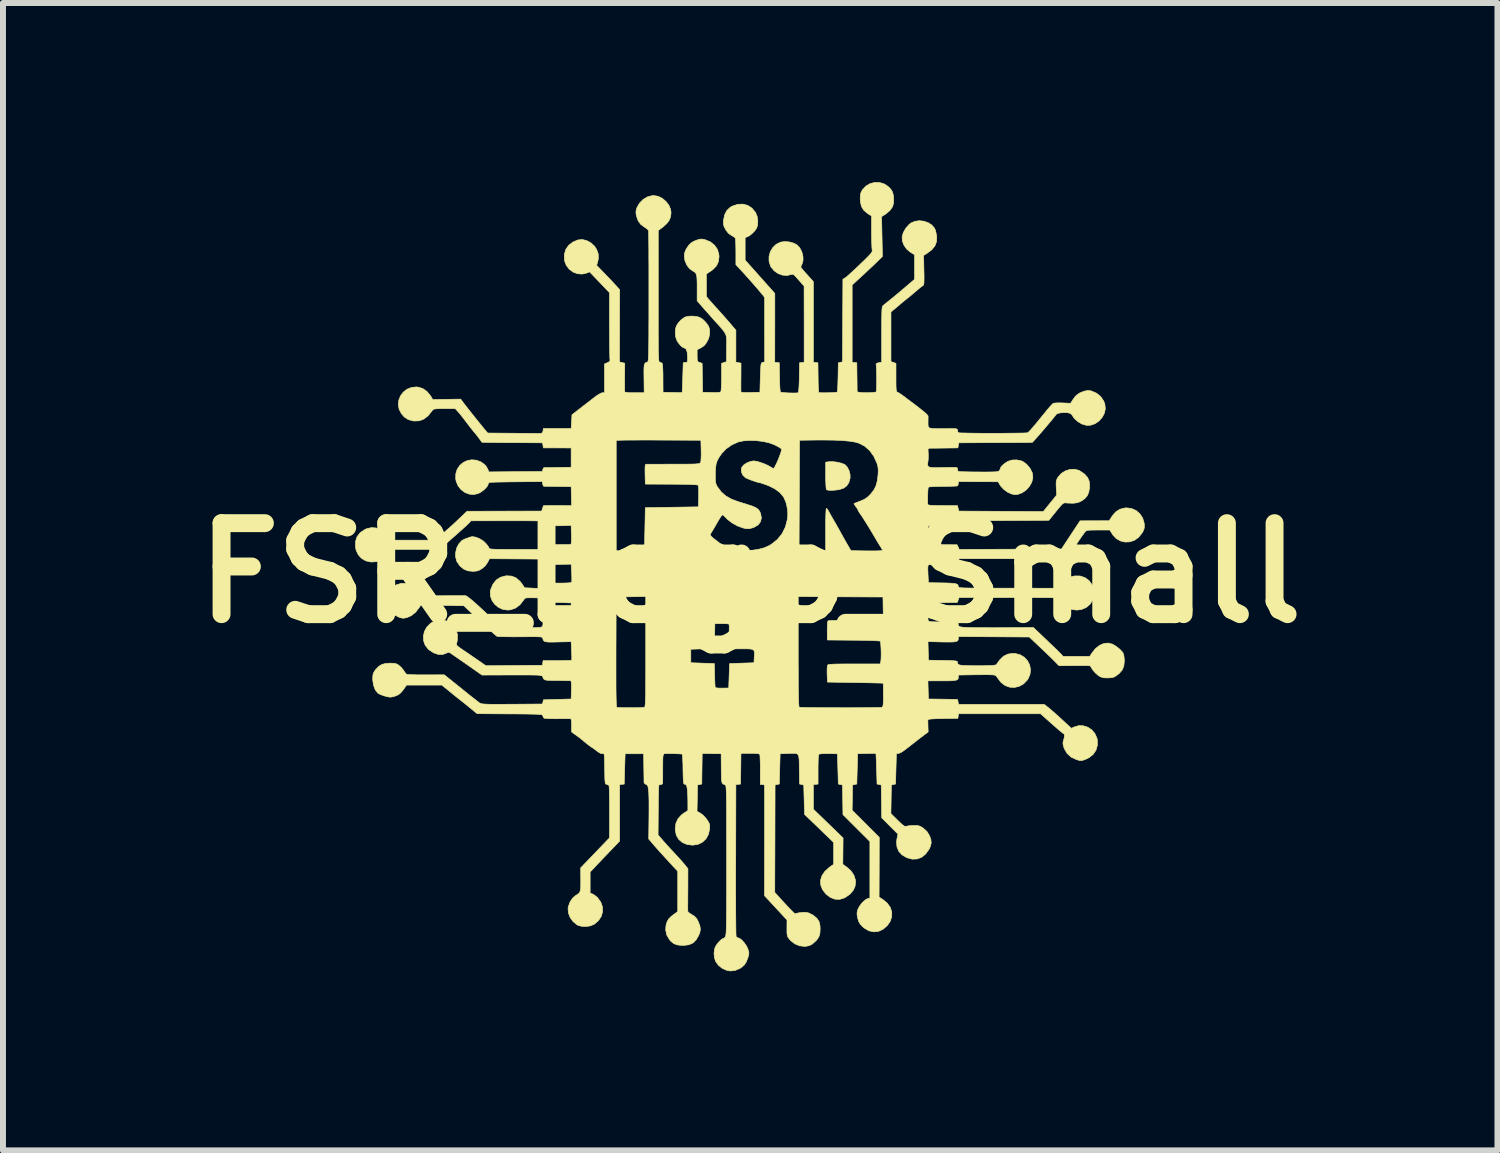
<source format=kicad_pcb>
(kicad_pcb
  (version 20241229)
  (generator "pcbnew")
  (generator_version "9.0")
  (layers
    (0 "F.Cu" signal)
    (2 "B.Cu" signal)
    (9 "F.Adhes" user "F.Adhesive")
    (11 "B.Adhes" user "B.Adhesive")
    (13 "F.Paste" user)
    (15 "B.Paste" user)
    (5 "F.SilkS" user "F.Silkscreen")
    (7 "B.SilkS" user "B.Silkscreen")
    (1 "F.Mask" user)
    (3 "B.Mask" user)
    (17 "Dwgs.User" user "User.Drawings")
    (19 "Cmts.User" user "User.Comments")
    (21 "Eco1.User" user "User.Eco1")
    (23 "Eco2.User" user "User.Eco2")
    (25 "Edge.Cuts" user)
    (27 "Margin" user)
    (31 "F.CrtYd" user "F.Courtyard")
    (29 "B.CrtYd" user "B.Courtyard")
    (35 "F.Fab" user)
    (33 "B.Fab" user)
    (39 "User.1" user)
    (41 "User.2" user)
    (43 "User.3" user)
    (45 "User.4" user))
  (footprint "FSR_Logo_Small"
    (layer "F.Cu")
    (at 9.514 6.546)
    (property "Reference" "FSR_Logo_Small" (at 0 0 0) (layer "F.SilkS") (effects (font (size 1.524 1.524) (thickness 0.3))))
    (attr through_hole)
    (fp_poly (pts (xy 1.449 -1.857) (xy 1.516 -1.842) (xy 1.571 -1.822) (xy 1.594 -1.809) (xy 1.628 -1.769) (xy 1.656 -1.713) (xy 1.672 -1.65) (xy 1.673 -1.591) (xy 1.673 -1.59) (xy 1.652 -1.514) (xy 1.615 -1.458) (xy 1.56 -1.419) (xy 1.484 -1.395) (xy 1.404 -1.386) (xy 1.342 -1.384) (xy 1.302 -1.387) (xy 1.281 -1.394) (xy 1.276 -1.399) (xy 1.272 -1.419) (xy 1.268 -1.462) (xy 1.265 -1.523) (xy 1.263 -1.597) (xy 1.263 -1.637) (xy 1.264 -1.856) (xy 1.324 -1.864) (xy 1.382 -1.865) (xy 1.449 -1.857)) (stroke (width 0.01) (type solid)) (fill yes) (layer "F.SilkS"))
    (fp_poly (pts (xy 2.169 -6.539) (xy 2.248 -6.514) (xy 2.308 -6.474) (xy 2.353 -6.429) (xy 2.382 -6.382) (xy 2.397 -6.326) (xy 2.403 -6.254) (xy 2.401 -6.199) (xy 2.385 -6.136) (xy 2.343 -6.075) (xy 2.277 -6.017) (xy 2.254 -6.002) (xy 2.2 -5.968) (xy 2.207 -5.634) (xy 2.214 -5.301) (xy 2.133 -5.222) (xy 2.095 -5.184) (xy 2.041 -5.133) (xy 1.978 -5.074) (xy 1.912 -5.012) (xy 1.88 -4.983) (xy 1.707 -4.823) (xy 1.707 -3.53) (xy 1.746 -3.525) (xy 1.785 -3.521) (xy 1.788 -3.288) (xy 1.789 -3.209) (xy 1.79 -3.139) (xy 1.79 -3.084) (xy 1.791 -3.048) (xy 1.791 -3.037) (xy 1.805 -3.03) (xy 1.839 -3.024) (xy 1.888 -3.02) (xy 1.945 -3.019) (xy 2.002 -3.02) (xy 2.054 -3.023) (xy 2.092 -3.028) (xy 2.111 -3.035) (xy 2.111 -3.036) (xy 2.114 -3.055) (xy 2.116 -3.096) (xy 2.117 -3.153) (xy 2.118 -3.22) (xy 2.117 -3.291) (xy 2.116 -3.36) (xy 2.114 -3.42) (xy 2.111 -3.466) (xy 2.108 -3.491) (xy 2.108 -3.493) (xy 2.113 -3.509) (xy 2.146 -3.521) (xy 2.151 -3.521) (xy 2.201 -3.531) (xy 2.201 -3.995) (xy 2.201 -4.123) (xy 2.202 -4.225) (xy 2.203 -4.305) (xy 2.204 -4.365) (xy 2.206 -4.409) (xy 2.209 -4.44) (xy 2.214 -4.459) (xy 2.219 -4.472) (xy 2.226 -4.479) (xy 2.226 -4.48) (xy 2.248 -4.497) (xy 2.285 -4.527) (xy 2.331 -4.565) (xy 2.357 -4.585) (xy 2.41 -4.629) (xy 2.477 -4.684) (xy 2.547 -4.743) (xy 2.607 -4.794) (xy 2.752 -4.918) (xy 2.752 -5.33) (xy 2.68 -5.374) (xy 2.619 -5.426) (xy 2.574 -5.491) (xy 2.547 -5.563) (xy 2.544 -5.633) (xy 2.564 -5.701) (xy 2.603 -5.77) (xy 2.654 -5.83) (xy 2.688 -5.859) (xy 2.755 -5.889) (xy 2.829 -5.9) (xy 2.905 -5.892) (xy 2.977 -5.868) (xy 3.039 -5.829) (xy 3.085 -5.777) (xy 3.103 -5.737) (xy 3.124 -5.638) (xy 3.121 -5.552) (xy 3.093 -5.478) (xy 3.039 -5.412) (xy 2.967 -5.358) (xy 2.904 -5.318) (xy 2.909 -5.071) (xy 2.911 -4.982) (xy 2.911 -4.917) (xy 2.91 -4.871) (xy 2.907 -4.842) (xy 2.902 -4.824) (xy 2.895 -4.814) (xy 2.887 -4.809) (xy 2.86 -4.791) (xy 2.824 -4.761) (xy 2.802 -4.742) (xy 2.765 -4.711) (xy 2.715 -4.668) (xy 2.659 -4.622) (xy 2.632 -4.6) (xy 2.584 -4.562) (xy 2.545 -4.53) (xy 2.519 -4.508) (xy 2.512 -4.502) (xy 2.498 -4.489) (xy 2.469 -4.465) (xy 2.431 -4.433) (xy 2.357 -4.372) (xy 2.357 -3.54) (xy 2.399 -3.526) (xy 2.441 -3.511) (xy 2.441 -3.273) (xy 2.441 -3.186) (xy 2.442 -3.123) (xy 2.444 -3.08) (xy 2.448 -3.052) (xy 2.454 -3.037) (xy 2.462 -3.03) (xy 2.467 -3.027) (xy 2.491 -3.015) (xy 2.529 -2.99) (xy 2.573 -2.958) (xy 2.577 -2.956) (xy 2.62 -2.922) (xy 2.679 -2.878) (xy 2.746 -2.828) (xy 2.813 -2.777) (xy 2.819 -2.772) (xy 2.88 -2.724) (xy 2.93 -2.683) (xy 2.964 -2.65) (xy 2.978 -2.63) (xy 2.979 -2.628) (xy 2.979 -2.601) (xy 2.978 -2.557) (xy 2.978 -2.523) (xy 2.978 -2.475) (xy 2.984 -2.447) (xy 2.998 -2.432) (xy 3.003 -2.429) (xy 3.028 -2.423) (xy 3.076 -2.419) (xy 3.144 -2.417) (xy 3.228 -2.417) (xy 3.251 -2.417) (xy 3.334 -2.418) (xy 3.393 -2.418) (xy 3.432 -2.417) (xy 3.455 -2.413) (xy 3.467 -2.407) (xy 3.471 -2.399) (xy 3.471 -2.389) (xy 3.477 -2.361) (xy 3.485 -2.35) (xy 3.503 -2.347) (xy 3.545 -2.345) (xy 3.608 -2.344) (xy 3.688 -2.342) (xy 3.781 -2.341) (xy 3.884 -2.34) (xy 3.994 -2.34) (xy 4.105 -2.34) (xy 4.216 -2.34) (xy 4.321 -2.341) (xy 4.418 -2.342) (xy 4.502 -2.343) (xy 4.57 -2.344) (xy 4.619 -2.346) (xy 4.644 -2.348) (xy 4.646 -2.349) (xy 4.664 -2.363) (xy 4.695 -2.395) (xy 4.735 -2.44) (xy 4.779 -2.493) (xy 4.78 -2.494) (xy 4.833 -2.559) (xy 4.889 -2.628) (xy 4.941 -2.691) (xy 4.971 -2.729) (xy 5.01 -2.775) (xy 5.044 -2.812) (xy 5.069 -2.837) (xy 5.075 -2.841) (xy 5.099 -2.846) (xy 5.142 -2.849) (xy 5.199 -2.849) (xy 5.231 -2.848) (xy 5.365 -2.842) (xy 5.401 -2.899) (xy 5.451 -2.966) (xy 5.51 -3.011) (xy 5.584 -3.042) (xy 5.639 -3.055) (xy 5.683 -3.055) (xy 5.711 -3.049) (xy 5.8 -3.011) (xy 5.87 -2.954) (xy 5.921 -2.878) (xy 5.94 -2.824) (xy 5.947 -2.748) (xy 5.93 -2.673) (xy 5.893 -2.604) (xy 5.839 -2.544) (xy 5.774 -2.5) (xy 5.701 -2.475) (xy 5.63 -2.473) (xy 5.555 -2.495) (xy 5.484 -2.537) (xy 5.425 -2.592) (xy 5.408 -2.617) (xy 5.383 -2.654) (xy 5.36 -2.673) (xy 5.325 -2.682) (xy 5.301 -2.685) (xy 5.244 -2.686) (xy 5.19 -2.681) (xy 5.147 -2.671) (xy 5.124 -2.656) (xy 5.124 -2.656) (xy 5.106 -2.631) (xy 5.074 -2.592) (xy 5.032 -2.541) (xy 4.983 -2.483) (xy 4.931 -2.421) (xy 4.878 -2.359) (xy 4.828 -2.302) (xy 4.784 -2.252) (xy 4.749 -2.214) (xy 4.727 -2.191) (xy 4.721 -2.186) (xy 4.705 -2.186) (xy 4.662 -2.186) (xy 4.598 -2.185) (xy 4.514 -2.185) (xy 4.414 -2.184) (xy 4.301 -2.184) (xy 4.177 -2.183) (xy 4.099 -2.183) (xy 3.493 -2.18) (xy 3.485 -2.138) (xy 3.478 -2.095) (xy 3.245 -2.092) (xy 3.166 -2.091) (xy 3.096 -2.09) (xy 3.04 -2.09) (xy 3.004 -2.089) (xy 2.993 -2.089) (xy 2.982 -2.082) (xy 2.978 -2.058) (xy 2.981 -2.014) (xy 2.983 -1.954) (xy 2.98 -1.89) (xy 2.977 -1.87) (xy 2.972 -1.832) (xy 2.972 -1.804) (xy 2.981 -1.785) (xy 3.002 -1.773) (xy 3.038 -1.766) (xy 3.094 -1.764) (xy 3.172 -1.765) (xy 3.234 -1.766) (xy 3.321 -1.768) (xy 3.384 -1.769) (xy 3.426 -1.768) (xy 3.452 -1.766) (xy 3.465 -1.761) (xy 3.47 -1.753) (xy 3.471 -1.742) (xy 3.471 -1.74) (xy 3.477 -1.712) (xy 3.485 -1.701) (xy 3.502 -1.699) (xy 3.543 -1.696) (xy 3.605 -1.695) (xy 3.682 -1.693) (xy 3.771 -1.692) (xy 3.826 -1.692) (xy 3.931 -1.691) (xy 4.012 -1.692) (xy 4.071 -1.693) (xy 4.113 -1.695) (xy 4.141 -1.699) (xy 4.158 -1.704) (xy 4.168 -1.711) (xy 4.173 -1.716) (xy 4.188 -1.743) (xy 4.191 -1.757) (xy 4.202 -1.779) (xy 4.231 -1.809) (xy 4.27 -1.841) (xy 4.314 -1.869) (xy 4.318 -1.871) (xy 4.387 -1.892) (xy 4.465 -1.894) (xy 4.542 -1.877) (xy 4.569 -1.865) (xy 4.63 -1.82) (xy 4.684 -1.756) (xy 4.721 -1.684) (xy 4.728 -1.662) (xy 4.733 -1.591) (xy 4.715 -1.52) (xy 4.677 -1.452) (xy 4.624 -1.392) (xy 4.559 -1.346) (xy 4.487 -1.318) (xy 4.435 -1.312) (xy 4.375 -1.324) (xy 4.31 -1.354) (xy 4.248 -1.399) (xy 4.198 -1.452) (xy 4.185 -1.472) (xy 4.151 -1.528) (xy 3.818 -1.529) (xy 3.485 -1.531) (xy 3.485 -1.5) (xy 3.479 -1.471) (xy 3.47 -1.46) (xy 3.451 -1.456) (xy 3.409 -1.454) (xy 3.349 -1.452) (xy 3.277 -1.45) (xy 3.223 -1.45) (xy 3.143 -1.449) (xy 3.075 -1.447) (xy 3.022 -1.444) (xy 2.99 -1.44) (xy 2.983 -1.437) (xy 2.979 -1.417) (xy 2.975 -1.377) (xy 2.973 -1.325) (xy 2.971 -1.268) (xy 2.971 -1.214) (xy 2.972 -1.171) (xy 2.974 -1.147) (xy 2.974 -1.147) (xy 2.984 -1.14) (xy 3.011 -1.135) (xy 3.057 -1.131) (xy 3.126 -1.13) (xy 3.22 -1.129) (xy 3.225 -1.129) (xy 3.471 -1.129) (xy 3.482 -1.083) (xy 3.494 -1.037) (xy 4.201 -1.033) (xy 4.908 -1.029) (xy 5.02 -1.167) (xy 5.132 -1.305) (xy 5.125 -1.426) (xy 5.123 -1.487) (xy 5.124 -1.528) (xy 5.131 -1.559) (xy 5.144 -1.587) (xy 5.156 -1.606) (xy 5.208 -1.666) (xy 5.276 -1.709) (xy 5.352 -1.734) (xy 5.429 -1.738) (xy 5.502 -1.72) (xy 5.525 -1.708) (xy 5.601 -1.655) (xy 5.65 -1.599) (xy 5.677 -1.537) (xy 5.684 -1.462) (xy 5.683 -1.433) (xy 5.67 -1.353) (xy 5.644 -1.293) (xy 5.601 -1.244) (xy 5.56 -1.214) (xy 5.513 -1.189) (xy 5.462 -1.174) (xy 5.4 -1.168) (xy 5.321 -1.171) (xy 5.283 -1.174) (xy 5.264 -1.174) (xy 5.246 -1.168) (xy 5.225 -1.152) (xy 5.198 -1.124) (xy 5.16 -1.079) (xy 5.12 -1.03) (xy 5.001 -0.882) (xy 4.243 -0.878) (xy 4.078 -0.877) (xy 3.938 -0.877) (xy 3.823 -0.876) (xy 3.729 -0.875) (xy 3.654 -0.873) (xy 3.596 -0.872) (xy 3.554 -0.87) (xy 3.524 -0.867) (xy 3.504 -0.864) (xy 3.493 -0.86) (xy 3.487 -0.855) (xy 3.486 -0.85) (xy 3.485 -0.847) (xy 3.481 -0.825) (xy 3.466 -0.809) (xy 3.437 -0.799) (xy 3.391 -0.793) (xy 3.324 -0.791) (xy 3.232 -0.793) (xy 3.207 -0.794) (xy 3.127 -0.795) (xy 3.06 -0.795) (xy 3.012 -0.793) (xy 2.986 -0.79) (xy 2.983 -0.788) (xy 2.979 -0.769) (xy 2.977 -0.729) (xy 2.976 -0.677) (xy 2.975 -0.62) (xy 2.976 -0.565) (xy 2.978 -0.519) (xy 2.981 -0.49) (xy 2.983 -0.483) (xy 2.999 -0.481) (xy 3.039 -0.478) (xy 3.097 -0.476) (xy 3.168 -0.475) (xy 3.227 -0.474) (xy 3.464 -0.473) (xy 3.483 -0.434) (xy 3.501 -0.395) (xy 5.213 -0.402) (xy 5.524 -0.874) (xy 6.012 -0.875) (xy 6.059 -0.949) (xy 6.119 -1.021) (xy 6.189 -1.067) (xy 6.273 -1.089) (xy 6.297 -1.091) (xy 6.383 -1.081) (xy 6.461 -1.047) (xy 6.525 -0.992) (xy 6.572 -0.921) (xy 6.597 -0.838) (xy 6.6 -0.813) (xy 6.601 -0.768) (xy 6.593 -0.731) (xy 6.574 -0.689) (xy 6.558 -0.664) (xy 6.502 -0.595) (xy 6.433 -0.547) (xy 6.356 -0.522) (xy 6.277 -0.518) (xy 6.2 -0.537) (xy 6.13 -0.577) (xy 6.071 -0.64) (xy 6.063 -0.653) (xy 6.021 -0.72) (xy 5.828 -0.72) (xy 5.751 -0.719) (xy 5.696 -0.718) (xy 5.66 -0.715) (xy 5.636 -0.71) (xy 5.62 -0.701) (xy 5.608 -0.688) (xy 5.607 -0.688) (xy 5.586 -0.66) (xy 5.554 -0.616) (xy 5.516 -0.561) (xy 5.477 -0.503) (xy 5.441 -0.448) (xy 5.414 -0.404) (xy 5.386 -0.362) (xy 5.357 -0.323) (xy 5.332 -0.29) (xy 5.313 -0.263) (xy 5.308 -0.258) (xy 5.299 -0.254) (xy 5.283 -0.25) (xy 5.259 -0.248) (xy 5.223 -0.245) (xy 5.175 -0.243) (xy 5.113 -0.242) (xy 5.033 -0.241) (xy 4.934 -0.24) (xy 4.815 -0.24) (xy 4.673 -0.239) (xy 4.505 -0.239) (xy 4.399 -0.239) (xy 3.499 -0.239) (xy 3.46 -0.145) (xy 3.243 -0.147) (xy 3.166 -0.148) (xy 3.097 -0.147) (xy 3.042 -0.145) (xy 3.007 -0.142) (xy 2.999 -0.14) (xy 2.986 -0.134) (xy 2.978 -0.122) (xy 2.975 -0.099) (xy 2.974 -0.06) (xy 2.977 0.000488) (xy 2.977 0.016) (xy 2.985 0.162) (xy 3.216 0.166) (xy 3.311 0.168) (xy 3.38 0.172) (xy 3.429 0.177) (xy 3.46 0.186) (xy 3.477 0.198) (xy 3.484 0.215) (xy 3.485 0.228) (xy 3.486 0.233) (xy 3.49 0.238) (xy 3.499 0.242) (xy 3.516 0.245) (xy 3.542 0.248) (xy 3.58 0.25) (xy 3.631 0.251) (xy 3.698 0.252) (xy 3.783 0.253) (xy 3.888 0.254) (xy 4.016 0.254) (xy 4.167 0.254) (xy 4.318 0.254) (xy 4.469 0.254) (xy 4.611 0.254) (xy 4.742 0.254) (xy 4.86 0.255) (xy 4.962 0.255) (xy 5.046 0.255) (xy 5.109 0.256) (xy 5.148 0.256) (xy 5.161 0.256) (xy 5.174 0.247) (xy 5.199 0.221) (xy 5.228 0.185) (xy 5.283 0.123) (xy 5.335 0.081) (xy 5.392 0.058) (xy 5.435 0.049) (xy 5.524 0.05) (xy 5.605 0.077) (xy 5.674 0.127) (xy 5.728 0.2) (xy 5.739 0.222) (xy 5.761 0.277) (xy 5.768 0.321) (xy 5.766 0.355) (xy 5.739 0.448) (xy 5.691 0.523) (xy 5.626 0.578) (xy 5.546 0.612) (xy 5.468 0.621) (xy 5.388 0.611) (xy 5.32 0.58) (xy 5.26 0.524) (xy 5.231 0.486) (xy 5.18 0.413) (xy 4.339 0.412) (xy 3.497 0.411) (xy 3.469 0.493) (xy 3.227 0.497) (xy 2.985 0.501) (xy 2.977 0.635) (xy 2.975 0.696) (xy 2.976 0.749) (xy 2.979 0.785) (xy 2.981 0.795) (xy 2.988 0.804) (xy 3.001 0.811) (xy 3.023 0.815) (xy 3.06 0.817) (xy 3.115 0.818) (xy 3.193 0.818) (xy 3.224 0.817) (xy 3.302 0.817) (xy 3.371 0.818) (xy 3.426 0.82) (xy 3.46 0.822) (xy 3.47 0.825) (xy 3.482 0.845) (xy 3.485 0.867) (xy 3.488 0.885) (xy 3.501 0.896) (xy 3.529 0.904) (xy 3.573 0.909) (xy 3.606 0.911) (xy 3.665 0.913) (xy 3.744 0.915) (xy 3.84 0.916) (xy 3.949 0.916) (xy 4.068 0.917) (xy 4.192 0.916) (xy 4.201 0.916) (xy 4.742 0.913) (xy 4.956 1.116) (xy 5.022 1.18) (xy 5.084 1.239) (xy 5.137 1.29) (xy 5.177 1.33) (xy 5.202 1.355) (xy 5.205 1.358) (xy 5.24 1.397) (xy 5.686 1.397) (xy 5.72 1.344) (xy 5.78 1.268) (xy 5.849 1.213) (xy 5.921 1.181) (xy 5.994 1.173) (xy 6.064 1.191) (xy 6.072 1.194) (xy 6.132 1.231) (xy 6.187 1.275) (xy 6.229 1.318) (xy 6.245 1.341) (xy 6.257 1.381) (xy 6.264 1.438) (xy 6.265 1.477) (xy 6.257 1.558) (xy 6.23 1.624) (xy 6.181 1.681) (xy 6.135 1.717) (xy 6.098 1.74) (xy 6.062 1.752) (xy 6.015 1.756) (xy 5.983 1.757) (xy 5.927 1.755) (xy 5.888 1.747) (xy 5.852 1.731) (xy 5.828 1.715) (xy 5.784 1.677) (xy 5.744 1.633) (xy 5.732 1.616) (xy 5.711 1.582) (xy 5.696 1.559) (xy 5.693 1.555) (xy 5.679 1.553) (xy 5.64 1.552) (xy 5.583 1.552) (xy 5.51 1.551) (xy 5.43 1.552) (xy 5.172 1.553) (xy 5.101 1.481) (xy 5.066 1.446) (xy 5.017 1.398) (xy 4.957 1.34) (xy 4.892 1.278) (xy 4.852 1.24) (xy 4.674 1.072) (xy 3.485 1.065) (xy 3.485 1.095) (xy 3.483 1.118) (xy 3.474 1.135) (xy 3.453 1.146) (xy 3.419 1.153) (xy 3.367 1.156) (xy 3.293 1.156) (xy 3.21 1.155) (xy 2.977 1.149) (xy 2.985 1.46) (xy 3.228 1.464) (xy 3.316 1.466) (xy 3.381 1.468) (xy 3.424 1.471) (xy 3.451 1.475) (xy 3.465 1.48) (xy 3.471 1.488) (xy 3.471 1.493) (xy 3.473 1.512) (xy 3.48 1.526) (xy 3.497 1.537) (xy 3.525 1.544) (xy 3.569 1.548) (xy 3.632 1.551) (xy 3.718 1.552) (xy 3.805 1.552) (xy 3.913 1.552) (xy 3.996 1.55) (xy 4.055 1.548) (xy 4.094 1.543) (xy 4.115 1.538) (xy 4.12 1.535) (xy 4.136 1.514) (xy 4.162 1.479) (xy 4.181 1.453) (xy 4.241 1.394) (xy 4.315 1.358) (xy 4.402 1.346) (xy 4.438 1.348) (xy 4.522 1.37) (xy 4.592 1.413) (xy 4.645 1.471) (xy 4.68 1.54) (xy 4.694 1.617) (xy 4.686 1.696) (xy 4.654 1.772) (xy 4.637 1.796) (xy 4.575 1.859) (xy 4.502 1.899) (xy 4.423 1.917) (xy 4.344 1.912) (xy 4.269 1.885) (xy 4.203 1.835) (xy 4.176 1.802) (xy 4.148 1.764) (xy 4.124 1.732) (xy 4.116 1.722) (xy 4.106 1.714) (xy 4.088 1.709) (xy 4.059 1.706) (xy 4.013 1.704) (xy 3.949 1.703) (xy 3.863 1.704) (xy 3.792 1.704) (xy 3.485 1.709) (xy 3.485 1.74) (xy 3.484 1.763) (xy 3.476 1.78) (xy 3.458 1.792) (xy 3.426 1.799) (xy 3.378 1.804) (xy 3.308 1.806) (xy 3.214 1.806) (xy 2.976 1.806) (xy 2.98 1.958) (xy 2.985 2.11) (xy 3.228 2.113) (xy 3.472 2.117) (xy 3.481 2.159) (xy 3.489 2.201) (xy 4.925 2.201) (xy 5.001 2.261) (xy 5.04 2.294) (xy 5.093 2.34) (xy 5.154 2.394) (xy 5.215 2.45) (xy 5.227 2.461) (xy 5.378 2.601) (xy 5.427 2.578) (xy 5.503 2.556) (xy 5.58 2.559) (xy 5.654 2.583) (xy 5.72 2.627) (xy 5.772 2.688) (xy 5.805 2.762) (xy 5.813 2.794) (xy 5.814 2.886) (xy 5.79 2.969) (xy 5.742 3.039) (xy 5.672 3.094) (xy 5.617 3.12) (xy 5.572 3.136) (xy 5.54 3.142) (xy 5.509 3.138) (xy 5.466 3.125) (xy 5.461 3.124) (xy 5.374 3.083) (xy 5.307 3.022) (xy 5.261 2.943) (xy 5.255 2.927) (xy 5.241 2.878) (xy 5.237 2.844) (xy 5.244 2.812) (xy 5.246 2.804) (xy 5.259 2.76) (xy 5.263 2.722) (xy 5.259 2.699) (xy 5.253 2.695) (xy 5.239 2.686) (xy 5.209 2.661) (xy 5.164 2.624) (xy 5.109 2.576) (xy 5.052 2.526) (xy 4.862 2.357) (xy 3.487 2.357) (xy 3.483 2.395) (xy 3.478 2.434) (xy 3.228 2.438) (xy 3.131 2.44) (xy 3.061 2.443) (xy 3.013 2.447) (xy 2.985 2.452) (xy 2.976 2.459) (xy 2.976 2.459) (xy 2.975 2.482) (xy 2.976 2.523) (xy 2.977 2.569) (xy 2.98 2.662) (xy 2.897 2.724) (xy 2.842 2.766) (xy 2.784 2.811) (xy 2.743 2.843) (xy 2.667 2.903) (xy 2.608 2.948) (xy 2.565 2.98) (xy 2.533 3) (xy 2.51 3.013) (xy 2.491 3.019) (xy 2.487 3.02) (xy 2.448 3.027) (xy 2.441 3.28) (xy 2.434 3.534) (xy 2.364 3.55) (xy 2.36 3.789) (xy 2.356 4.029) (xy 2.468 4.14) (xy 2.518 4.188) (xy 2.553 4.22) (xy 2.578 4.237) (xy 2.597 4.243) (xy 2.616 4.241) (xy 2.62 4.24) (xy 2.656 4.234) (xy 2.707 4.229) (xy 2.745 4.228) (xy 2.798 4.229) (xy 2.837 4.238) (xy 2.876 4.259) (xy 2.898 4.274) (xy 2.958 4.327) (xy 2.999 4.393) (xy 3 4.394) (xy 3.026 4.463) (xy 3.031 4.522) (xy 3.016 4.582) (xy 2.995 4.626) (xy 2.939 4.705) (xy 2.872 4.76) (xy 2.795 4.789) (xy 2.712 4.792) (xy 2.624 4.768) (xy 2.623 4.768) (xy 2.543 4.721) (xy 2.487 4.66) (xy 2.457 4.586) (xy 2.451 4.5) (xy 2.457 4.455) (xy 2.474 4.372) (xy 2.338 4.236) (xy 2.202 4.099) (xy 2.194 3.55) (xy 2.124 3.534) (xy 2.116 3.28) (xy 2.113 3.199) (xy 2.111 3.128) (xy 2.108 3.072) (xy 2.106 3.035) (xy 2.105 3.023) (xy 2.091 3.022) (xy 2.054 3.021) (xy 2.001 3.022) (xy 1.951 3.023) (xy 1.799 3.027) (xy 1.792 3.28) (xy 1.785 3.534) (xy 1.75 3.542) (xy 1.714 3.55) (xy 1.711 3.762) (xy 1.707 3.973) (xy 2.161 4.427) (xy 2.16 4.928) (xy 2.158 5.428) (xy 2.22 5.467) (xy 2.294 5.528) (xy 2.345 5.599) (xy 2.37 5.676) (xy 2.37 5.755) (xy 2.344 5.835) (xy 2.296 5.904) (xy 2.225 5.966) (xy 2.148 6.002) (xy 2.068 6.01) (xy 1.987 5.992) (xy 1.909 5.946) (xy 1.881 5.922) (xy 1.841 5.878) (xy 1.816 5.834) (xy 1.8 5.78) (xy 1.79 5.728) (xy 1.789 5.69) (xy 1.796 5.653) (xy 1.802 5.636) (xy 1.827 5.586) (xy 1.864 5.535) (xy 1.908 5.49) (xy 1.95 5.46) (xy 1.968 5.453) (xy 2.004 5.444) (xy 2.004 4.496) (xy 1.553 4.046) (xy 1.549 3.798) (xy 1.545 3.55) (xy 1.475 3.534) (xy 1.468 3.281) (xy 1.46 3.028) (xy 1.309 3.025) (xy 1.229 3.025) (xy 1.176 3.029) (xy 1.149 3.036) (xy 1.147 3.039) (xy 1.143 3.058) (xy 1.14 3.1) (xy 1.138 3.16) (xy 1.136 3.234) (xy 1.136 3.295) (xy 1.136 3.535) (xy 1.097 3.539) (xy 1.058 3.544) (xy 1.058 3.956) (xy 1.307 4.197) (xy 1.555 4.438) (xy 1.553 4.658) (xy 1.551 4.879) (xy 1.62 4.928) (xy 1.689 4.991) (xy 1.737 5.063) (xy 1.761 5.139) (xy 1.764 5.171) (xy 1.756 5.246) (xy 1.728 5.31) (xy 1.678 5.37) (xy 1.659 5.387) (xy 1.581 5.44) (xy 1.501 5.465) (xy 1.421 5.463) (xy 1.343 5.434) (xy 1.269 5.377) (xy 1.211 5.303) (xy 1.181 5.226) (xy 1.177 5.147) (xy 1.201 5.07) (xy 1.251 4.996) (xy 1.326 4.928) (xy 1.34 4.918) (xy 1.397 4.879) (xy 1.397 4.512) (xy 1.344 4.461) (xy 1.317 4.435) (xy 1.273 4.393) (xy 1.218 4.34) (xy 1.157 4.28) (xy 1.101 4.226) (xy 0.91 4.043) (xy 0.903 3.796) (xy 0.896 3.55) (xy 0.861 3.542) (xy 0.826 3.534) (xy 0.822 3.284) (xy 0.821 3.191) (xy 0.819 3.122) (xy 0.813 3.074) (xy 0.802 3.044) (xy 0.782 3.027) (xy 0.75 3.02) (xy 0.705 3.02) (xy 0.642 3.022) (xy 0.628 3.023) (xy 0.501 3.027) (xy 0.487 3.534) (xy 0.452 3.542) (xy 0.416 3.55) (xy 0.414 4.449) (xy 0.411 5.349) (xy 0.509 5.458) (xy 0.56 5.513) (xy 0.613 5.57) (xy 0.659 5.619) (xy 0.676 5.636) (xy 0.745 5.705) (xy 0.827 5.689) (xy 0.908 5.681) (xy 0.977 5.692) (xy 1.046 5.726) (xy 1.07 5.743) (xy 1.121 5.788) (xy 1.153 5.838) (xy 1.168 5.9) (xy 1.171 5.962) (xy 1.167 6.036) (xy 1.15 6.092) (xy 1.117 6.142) (xy 1.084 6.175) (xy 1.035 6.217) (xy 0.99 6.24) (xy 0.939 6.251) (xy 0.906 6.253) (xy 0.824 6.243) (xy 0.744 6.209) (xy 0.676 6.155) (xy 0.657 6.133) (xy 0.637 6.107) (xy 0.624 6.083) (xy 0.618 6.054) (xy 0.615 6.013) (xy 0.615 5.952) (xy 0.615 5.944) (xy 0.616 5.81) (xy 0.239 5.404) (xy 0.24 4.49) (xy 0.24 4.332) (xy 0.24 4.182) (xy 0.24 4.042) (xy 0.24 3.916) (xy 0.24 3.805) (xy 0.24 3.711) (xy 0.24 3.638) (xy 0.24 3.588) (xy 0.24 3.562) (xy 0.24 3.56) (xy 0.228 3.546) (xy 0.205 3.542) (xy 0.169 3.542) (xy 0.169 3.303) (xy 0.169 3.223) (xy 0.167 3.151) (xy 0.165 3.093) (xy 0.163 3.055) (xy 0.161 3.042) (xy 0.152 3.032) (xy 0.133 3.025) (xy 0.098 3.022) (xy 0.043 3.02) (xy -0.001 3.02) (xy -0.155 3.02) (xy -0.158 3.277) (xy -0.162 3.535) (xy -0.24 3.544) (xy -0.243 4.807) (xy -0.244 4.993) (xy -0.244 5.172) (xy -0.244 5.341) (xy -0.243 5.498) (xy -0.243 5.641) (xy -0.242 5.768) (xy -0.241 5.876) (xy -0.24 5.965) (xy -0.239 6.032) (xy -0.237 6.074) (xy -0.236 6.09) (xy -0.215 6.108) (xy -0.204 6.11) (xy -0.173 6.122) (xy -0.136 6.152) (xy -0.098 6.195) (xy -0.064 6.244) (xy -0.043 6.287) (xy -0.028 6.332) (xy -0.022 6.365) (xy -0.027 6.399) (xy -0.037 6.437) (xy -0.065 6.512) (xy -0.101 6.566) (xy -0.152 6.609) (xy -0.173 6.622) (xy -0.254 6.657) (xy -0.332 6.665) (xy -0.392 6.655) (xy -0.469 6.621) (xy -0.535 6.567) (xy -0.579 6.505) (xy -0.6 6.44) (xy -0.606 6.367) (xy -0.597 6.297) (xy -0.584 6.261) (xy -0.56 6.222) (xy -0.528 6.182) (xy -0.495 6.148) (xy -0.467 6.127) (xy -0.457 6.124) (xy -0.436 6.114) (xy -0.417 6.093) (xy -0.413 6.085) (xy -0.41 6.072) (xy -0.407 6.052) (xy -0.404 6.024) (xy -0.402 5.986) (xy -0.4 5.936) (xy -0.399 5.872) (xy -0.398 5.793) (xy -0.397 5.696) (xy -0.396 5.581) (xy -0.396 5.445) (xy -0.395 5.286) (xy -0.395 5.104) (xy -0.395 4.895) (xy -0.395 4.808) (xy -0.395 4.591) (xy -0.396 4.4) (xy -0.396 4.235) (xy -0.396 4.092) (xy -0.397 3.97) (xy -0.397 3.869) (xy -0.398 3.785) (xy -0.4 3.717) (xy -0.401 3.663) (xy -0.403 3.622) (xy -0.405 3.592) (xy -0.408 3.572) (xy -0.411 3.559) (xy -0.415 3.551) (xy -0.419 3.548) (xy -0.42 3.547) (xy -0.442 3.54) (xy -0.459 3.531) (xy -0.47 3.516) (xy -0.477 3.491) (xy -0.481 3.452) (xy -0.483 3.395) (xy -0.485 3.315) (xy -0.485 3.273) (xy -0.487 3.027) (xy -0.804 3.023) (xy -0.808 3.279) (xy -0.811 3.534) (xy -0.847 3.542) (xy -0.882 3.55) (xy -0.886 3.77) (xy -0.891 3.991) (xy -0.833 4.023) (xy -0.792 4.054) (xy -0.749 4.099) (xy -0.725 4.129) (xy -0.697 4.173) (xy -0.682 4.206) (xy -0.678 4.242) (xy -0.68 4.286) (xy -0.699 4.376) (xy -0.74 4.451) (xy -0.8 4.508) (xy -0.876 4.545) (xy -0.966 4.558) (xy -1.059 4.546) (xy -1.137 4.513) (xy -1.197 4.461) (xy -1.238 4.392) (xy -1.255 4.307) (xy -1.256 4.286) (xy -1.245 4.194) (xy -1.21 4.116) (xy -1.15 4.05) (xy -1.104 4.017) (xy -1.044 3.979) (xy -1.044 3.847) (xy -1.045 3.776) (xy -1.048 3.704) (xy -1.052 3.643) (xy -1.053 3.629) (xy -1.06 3.581) (xy -1.068 3.554) (xy -1.081 3.542) (xy -1.092 3.539) (xy -1.103 3.536) (xy -1.111 3.529) (xy -1.116 3.514) (xy -1.12 3.487) (xy -1.122 3.443) (xy -1.124 3.379) (xy -1.126 3.291) (xy -1.126 3.284) (xy -1.127 3.204) (xy -1.13 3.134) (xy -1.133 3.079) (xy -1.137 3.044) (xy -1.14 3.033) (xy -1.182 3.029) (xy -1.237 3.027) (xy -1.298 3.025) (xy -1.356 3.024) (xy -1.403 3.024) (xy -1.431 3.026) (xy -1.434 3.026) (xy -1.445 3.03) (xy -1.453 3.038) (xy -1.458 3.054) (xy -1.462 3.083) (xy -1.464 3.128) (xy -1.464 3.193) (xy -1.465 3.27) (xy -1.465 3.35) (xy -1.465 3.42) (xy -1.466 3.476) (xy -1.466 3.513) (xy -1.466 3.524) (xy -1.479 3.539) (xy -1.495 3.542) (xy -1.521 3.547) (xy -1.529 3.553) (xy -1.531 3.569) (xy -1.533 3.61) (xy -1.535 3.672) (xy -1.537 3.752) (xy -1.538 3.845) (xy -1.539 3.948) (xy -1.54 3.975) (xy -1.543 4.387) (xy -1.46 4.483) (xy -1.412 4.537) (xy -1.354 4.601) (xy -1.295 4.664) (xy -1.269 4.692) (xy -1.218 4.748) (xy -1.166 4.805) (xy -1.122 4.855) (xy -1.103 4.878) (xy -1.043 4.952) (xy -1.044 5.302) (xy -1.045 5.399) (xy -1.045 5.487) (xy -1.046 5.562) (xy -1.046 5.62) (xy -1.045 5.657) (xy -1.045 5.668) (xy -1.033 5.684) (xy -1.003 5.706) (xy -0.975 5.723) (xy -0.932 5.75) (xy -0.902 5.781) (xy -0.876 5.826) (xy -0.869 5.842) (xy -0.843 5.909) (xy -0.835 5.965) (xy -0.843 6.019) (xy -0.862 6.068) (xy -0.906 6.144) (xy -0.96 6.196) (xy -1.028 6.226) (xy -1.115 6.237) (xy -1.131 6.237) (xy -1.214 6.23) (xy -1.278 6.208) (xy -1.331 6.166) (xy -1.351 6.142) (xy -1.397 6.064) (xy -1.416 5.979) (xy -1.41 5.898) (xy -1.392 5.84) (xy -1.366 5.794) (xy -1.325 5.753) (xy -1.283 5.72) (xy -1.214 5.67) (xy -1.214 4.995) (xy -1.288 4.915) (xy -1.335 4.864) (xy -1.39 4.804) (xy -1.442 4.748) (xy -1.447 4.742) (xy -1.5 4.684) (xy -1.559 4.618) (xy -1.612 4.558) (xy -1.616 4.552) (xy -1.7 4.455) (xy -1.696 4.112) (xy -1.695 4.009) (xy -1.695 3.909) (xy -1.695 3.818) (xy -1.697 3.74) (xy -1.699 3.682) (xy -1.701 3.662) (xy -1.707 3.606) (xy -1.714 3.572) (xy -1.724 3.553) (xy -1.741 3.543) (xy -1.744 3.541) (xy -1.77 3.525) (xy -1.778 3.51) (xy -1.779 3.491) (xy -1.779 3.448) (xy -1.78 3.388) (xy -1.781 3.314) (xy -1.782 3.26) (xy -1.785 3.027) (xy -2.095 3.027) (xy -2.103 3.281) (xy -2.11 3.535) (xy -2.148 3.539) (xy -2.187 3.544) (xy -2.187 4.49) (xy -2.332 4.641) (xy -2.394 4.706) (xy -2.461 4.776) (xy -2.523 4.841) (xy -2.575 4.895) (xy -2.579 4.9) (xy -2.681 5.008) (xy -2.681 5.359) (xy -2.641 5.376) (xy -2.605 5.397) (xy -2.566 5.428) (xy -2.557 5.437) (xy -2.503 5.511) (xy -2.475 5.59) (xy -2.472 5.671) (xy -2.494 5.749) (xy -2.54 5.82) (xy -2.609 5.88) (xy -2.618 5.885) (xy -2.678 5.91) (xy -2.75 5.92) (xy -2.822 5.917) (xy -2.885 5.9) (xy -2.901 5.891) (xy -2.968 5.836) (xy -3.017 5.767) (xy -3.045 5.692) (xy -3.051 5.616) (xy -3.047 5.591) (xy -3.018 5.51) (xy -2.973 5.443) (xy -2.927 5.404) (xy -2.892 5.382) (xy -2.868 5.363) (xy -2.853 5.34) (xy -2.843 5.31) (xy -2.839 5.266) (xy -2.838 5.203) (xy -2.838 5.136) (xy -2.84 4.939) (xy -2.357 4.436) (xy -2.356 4.001) (xy -2.356 3.893) (xy -2.357 3.794) (xy -2.358 3.708) (xy -2.36 3.637) (xy -2.362 3.587) (xy -2.365 3.559) (xy -2.366 3.556) (xy -2.389 3.544) (xy -2.406 3.54) (xy -2.416 3.536) (xy -2.423 3.528) (xy -2.429 3.512) (xy -2.432 3.482) (xy -2.435 3.436) (xy -2.436 3.37) (xy -2.438 3.28) (xy -2.438 3.276) (xy -2.439 3.184) (xy -2.441 3.118) (xy -2.443 3.072) (xy -2.446 3.043) (xy -2.451 3.028) (xy -2.458 3.023) (xy -2.468 3.024) (xy -2.473 3.025) (xy -2.504 3.022) (xy -2.546 2.998) (xy -2.56 2.987) (xy -2.603 2.954) (xy -2.645 2.924) (xy -2.66 2.915) (xy -2.693 2.892) (xy -2.737 2.858) (xy -2.78 2.823) (xy -2.831 2.78) (xy -2.886 2.738) (xy -2.925 2.71) (xy -2.992 2.662) (xy -2.992 2.552) (xy -2.993 2.49) (xy -2.998 2.454) (xy -3.008 2.441) (xy -3.009 2.44) (xy -3.029 2.44) (xy -3.072 2.44) (xy -3.131 2.44) (xy -3.202 2.44) (xy -3.231 2.441) (xy -3.305 2.44) (xy -3.37 2.439) (xy -3.419 2.436) (xy -3.448 2.432) (xy -3.452 2.431) (xy -3.468 2.409) (xy -3.473 2.392) (xy -3.476 2.385) (xy -3.481 2.379) (xy -3.492 2.374) (xy -3.511 2.37) (xy -3.541 2.368) (xy -3.585 2.365) (xy -3.645 2.364) (xy -3.724 2.362) (xy -3.824 2.361) (xy -3.949 2.36) (xy -4.026 2.36) (xy -4.573 2.356) (xy -4.68 2.268) (xy -4.732 2.226) (xy -4.781 2.186) (xy -4.82 2.155) (xy -4.833 2.145) (xy -4.862 2.122) (xy -4.906 2.087) (xy -4.961 2.043) (xy -5.019 1.996) (xy -5.022 1.993) (xy -5.165 1.877) (xy -5.756 1.877) (xy -5.797 1.937) (xy -5.838 1.991) (xy -5.876 2.027) (xy -5.918 2.051) (xy -5.96 2.066) (xy -6 2.076) (xy -6.034 2.079) (xy -6.073 2.073) (xy -6.118 2.061) (xy -6.17 2.044) (xy -6.214 2.025) (xy -6.237 2.011) (xy -6.281 1.954) (xy -6.309 1.878) (xy -6.322 1.789) (xy -6.322 1.775) (xy -6.32 1.721) (xy -6.313 1.684) (xy -6.297 1.651) (xy -6.276 1.622) (xy -6.224 1.566) (xy -6.168 1.531) (xy -6.1 1.514) (xy -6.032 1.51) (xy -5.975 1.512) (xy -5.935 1.518) (xy -5.904 1.532) (xy -5.884 1.546) (xy -5.843 1.583) (xy -5.808 1.626) (xy -5.804 1.632) (xy -5.781 1.667) (xy -5.759 1.692) (xy -5.755 1.695) (xy -5.736 1.699) (xy -5.693 1.702) (xy -5.63 1.704) (xy -5.553 1.706) (xy -5.465 1.706) (xy -5.43 1.706) (xy -5.124 1.705) (xy -4.846 1.928) (xy -4.768 1.991) (xy -4.696 2.049) (xy -4.632 2.099) (xy -4.581 2.139) (xy -4.546 2.166) (xy -4.532 2.177) (xy -4.52 2.183) (xy -4.504 2.188) (xy -4.482 2.192) (xy -4.45 2.195) (xy -4.406 2.197) (xy -4.346 2.199) (xy -4.268 2.199) (xy -4.169 2.199) (xy -4.045 2.198) (xy -3.987 2.198) (xy -3.48 2.194) (xy -3.471 2.159) (xy -3.463 2.124) (xy -3.231 2.117) (xy -2.999 2.11) (xy -2.995 1.958) (xy -2.994 1.887) (xy -2.995 1.84) (xy -3 1.814) (xy -3.008 1.804) (xy -3.009 1.804) (xy -3.029 1.803) (xy -3.071 1.803) (xy -3.131 1.802) (xy -3.203 1.801) (xy -3.237 1.801) (xy -3.32 1.8) (xy -3.379 1.798) (xy -3.419 1.794) (xy -3.445 1.786) (xy -3.46 1.773) (xy -3.47 1.754) (xy -3.477 1.732) (xy -3.481 1.725) (xy -3.489 1.72) (xy -3.504 1.716) (xy -3.529 1.713) (xy -3.567 1.71) (xy -3.621 1.709) (xy -3.693 1.708) (xy -3.785 1.708) (xy -3.902 1.708) (xy -3.988 1.708) (xy -4.491 1.709) (xy -4.542 1.674) (xy -4.579 1.648) (xy -4.629 1.613) (xy -4.681 1.577) (xy -4.685 1.574) (xy -4.74 1.535) (xy -4.806 1.489) (xy -4.873 1.443) (xy -4.894 1.428) (xy -4.946 1.393) (xy -4.99 1.362) (xy -5.021 1.341) (xy -5.031 1.334) (xy -5.058 1.329) (xy -5.092 1.344) (xy -5.155 1.366) (xy -5.226 1.363) (xy -5.3 1.338) (xy -5.373 1.291) (xy -5.395 1.272) (xy -5.444 1.208) (xy -5.47 1.135) (xy -5.474 1.056) (xy -5.456 0.979) (xy -5.417 0.907) (xy -5.358 0.847) (xy -5.343 0.836) (xy -5.296 0.808) (xy -5.255 0.794) (xy -5.203 0.79) (xy -5.191 0.79) (xy -5.108 0.797) (xy -5.043 0.82) (xy -4.988 0.862) (xy -4.971 0.88) (xy -4.924 0.954) (xy -4.902 1.038) (xy -4.905 1.129) (xy -4.917 1.18) (xy -4.919 1.198) (xy -4.91 1.215) (xy -4.885 1.238) (xy -4.84 1.269) (xy -4.831 1.276) (xy -4.78 1.31) (xy -4.715 1.354) (xy -4.644 1.403) (xy -4.581 1.446) (xy -4.427 1.553) (xy -3.953 1.549) (xy -3.478 1.545) (xy -3.477 1.531) (xy -2.248 1.531) (xy -2.248 1.713) (xy -2.248 1.87) (xy -2.247 2) (xy -2.245 2.103) (xy -2.243 2.179) (xy -2.24 2.228) (xy -2.237 2.249) (xy -2.237 2.25) (xy -2.216 2.252) (xy -2.174 2.254) (xy -2.115 2.256) (xy -2.047 2.256) (xy -1.975 2.256) (xy -1.906 2.256) (xy -1.845 2.254) (xy -1.799 2.252) (xy -1.774 2.25) (xy -1.772 2.249) (xy -1.768 2.245) (xy -1.764 2.236) (xy -1.761 2.22) (xy -1.758 2.194) (xy -1.756 2.156) (xy -1.754 2.106) (xy -1.752 2.04) (xy -1.751 1.957) (xy -1.751 1.854) (xy -1.75 1.731) (xy -1.75 1.584) (xy -1.75 1.411) (xy -1.75 1.318) (xy -1.75 1.277) (xy -0.995 1.277) (xy -0.995 1.503) (xy -0.797 1.51) (xy -0.6 1.517) (xy -0.596 1.707) (xy -0.594 1.779) (xy -0.592 1.841) (xy -0.589 1.887) (xy -0.587 1.912) (xy -0.586 1.914) (xy -0.569 1.923) (xy -0.525 1.928) (xy -0.47 1.928) (xy -0.36 1.926) (xy -0.353 1.722) (xy -0.346 1.517) (xy -0.141 1.51) (xy 0.063 1.503) (xy 0.067 1.418) (xy 0.07 1.363) (xy 0.069 1.323) (xy 0.068 1.318) (xy 0.804 1.318) (xy 0.804 1.51) (xy 0.805 1.675) (xy 0.805 1.816) (xy 0.806 1.933) (xy 0.808 2.029) (xy 0.809 2.105) (xy 0.811 2.163) (xy 0.814 2.205) (xy 0.816 2.232) (xy 0.82 2.246) (xy 0.822 2.248) (xy 0.84 2.25) (xy 0.883 2.252) (xy 0.947 2.253) (xy 1.03 2.254) (xy 1.127 2.255) (xy 1.236 2.256) (xy 1.352 2.256) (xy 1.473 2.256) (xy 1.595 2.257) (xy 1.715 2.256) (xy 1.829 2.256) (xy 1.934 2.255) (xy 2.027 2.254) (xy 2.104 2.253) (xy 2.162 2.252) (xy 2.198 2.25) (xy 2.207 2.249) (xy 2.216 2.242) (xy 2.223 2.225) (xy 2.227 2.194) (xy 2.229 2.146) (xy 2.23 2.075) (xy 2.23 2.045) (xy 2.229 1.974) (xy 2.229 1.914) (xy 2.228 1.87) (xy 2.226 1.847) (xy 2.226 1.846) (xy 2.212 1.845) (xy 2.172 1.843) (xy 2.111 1.842) (xy 2.032 1.84) (xy 1.938 1.838) (xy 1.833 1.836) (xy 1.758 1.835) (xy 1.293 1.827) (xy 1.288 1.696) (xy 1.287 1.636) (xy 1.289 1.586) (xy 1.293 1.552) (xy 1.295 1.544) (xy 1.302 1.538) (xy 1.317 1.533) (xy 1.343 1.529) (xy 1.382 1.527) (xy 1.439 1.525) (xy 1.514 1.524) (xy 1.613 1.523) (xy 1.736 1.523) (xy 1.741 1.523) (xy 2.174 1.523) (xy 2.185 1.492) (xy 2.189 1.464) (xy 2.192 1.418) (xy 2.193 1.36) (xy 2.192 1.298) (xy 2.189 1.238) (xy 2.186 1.187) (xy 2.181 1.152) (xy 2.177 1.141) (xy 2.16 1.138) (xy 2.119 1.135) (xy 2.057 1.132) (xy 1.977 1.13) (xy 1.882 1.128) (xy 1.777 1.126) (xy 1.728 1.126) (xy 1.291 1.122) (xy 1.29 0.967) (xy 1.291 0.892) (xy 1.294 0.837) (xy 1.301 0.806) (xy 1.304 0.801) (xy 1.321 0.798) (xy 1.364 0.796) (xy 1.427 0.794) (xy 1.508 0.792) (xy 1.604 0.791) (xy 1.71 0.791) (xy 1.775 0.79) (xy 2.23 0.79) (xy 2.226 0.596) (xy 2.223 0.402) (xy 1.513 0.399) (xy 0.804 0.395) (xy 0.804 1.318) (xy 0.068 1.318) (xy 0.061 1.296) (xy 0.042 1.281) (xy 0.007 1.273) (xy -0.047 1.27) (xy -0.124 1.27) (xy -0.149 1.27) (xy -0.355 1.27) (xy -0.353 1.076) (xy -0.352 1.004) (xy -0.352 0.941) (xy -0.351 0.894) (xy -0.352 0.867) (xy -0.352 0.864) (xy -0.362 0.855) (xy -0.393 0.849) (xy -0.449 0.847) (xy -0.472 0.847) (xy -0.592 0.847) (xy -0.6 1.263) (xy -0.797 1.27) (xy -0.995 1.277) (xy -1.75 1.277) (xy -1.75 0.394) (xy -1.997 0.398) (xy -2.245 0.402) (xy -2.248 1.323) (xy -2.248 1.531) (xy -3.477 1.531) (xy -3.474 1.506) (xy -3.469 1.468) (xy -3.233 1.468) (xy -3.154 1.467) (xy -3.086 1.466) (xy -3.033 1.465) (xy -2.999 1.463) (xy -2.99 1.462) (xy -2.989 1.446) (xy -2.988 1.408) (xy -2.99 1.354) (xy -2.992 1.303) (xy -2.999 1.15) (xy -3.218 1.155) (xy -3.306 1.157) (xy -3.37 1.157) (xy -3.414 1.153) (xy -3.443 1.146) (xy -3.46 1.133) (xy -3.469 1.115) (xy -3.474 1.094) (xy -3.476 1.085) (xy -3.482 1.079) (xy -3.495 1.074) (xy -3.518 1.07) (xy -3.554 1.068) (xy -3.607 1.067) (xy -3.68 1.067) (xy -3.775 1.068) (xy -3.852 1.068) (xy -3.952 1.069) (xy -4.043 1.068) (xy -4.122 1.067) (xy -4.184 1.066) (xy -4.225 1.063) (xy -4.241 1.061) (xy -4.257 1.048) (xy -4.291 1.019) (xy -4.338 0.976) (xy -4.396 0.923) (xy -4.461 0.863) (xy -4.531 0.798) (xy -4.602 0.732) (xy -4.671 0.667) (xy -4.694 0.645) (xy -4.794 0.549) (xy -5.156 0.543) (xy -5.517 0.537) (xy -5.541 0.575) (xy -5.603 0.656) (xy -5.675 0.714) (xy -5.74 0.743) (xy -5.787 0.755) (xy -5.821 0.757) (xy -5.856 0.749) (xy -5.885 0.739) (xy -5.969 0.695) (xy -6.039 0.628) (xy -6.07 0.586) (xy -6.092 0.525) (xy -6.096 0.453) (xy -6.083 0.378) (xy -6.054 0.309) (xy -6.012 0.255) (xy -6.006 0.25) (xy -5.926 0.198) (xy -5.843 0.173) (xy -5.761 0.175) (xy -5.682 0.203) (xy -5.61 0.255) (xy -5.55 0.329) (xy -5.516 0.383) (xy -5.153 0.381) (xy -5.054 0.38) (xy -4.963 0.38) (xy -4.884 0.38) (xy -4.823 0.38) (xy -4.781 0.38) (xy -4.766 0.38) (xy -4.745 0.39) (xy -4.707 0.418) (xy -4.655 0.46) (xy -4.591 0.516) (xy -4.519 0.582) (xy -4.44 0.655) (xy -4.403 0.692) (xy -4.35 0.743) (xy -4.293 0.797) (xy -4.244 0.843) (xy -4.237 0.849) (xy -4.162 0.917) (xy -3.849 0.917) (xy -3.756 0.917) (xy -3.671 0.916) (xy -3.598 0.914) (xy -3.543 0.912) (xy -3.51 0.909) (xy -3.503 0.908) (xy -3.479 0.893) (xy -3.471 0.86) (xy -3.471 0.859) (xy -3.471 0.819) (xy -2.999 0.811) (xy -2.999 0.501) (xy -3.228 0.494) (xy -3.314 0.491) (xy -3.375 0.488) (xy -3.417 0.485) (xy -3.444 0.48) (xy -3.46 0.474) (xy -3.469 0.464) (xy -3.475 0.452) (xy -3.485 0.436) (xy -3.498 0.426) (xy -3.522 0.42) (xy -3.56 0.417) (xy -3.621 0.416) (xy -3.631 0.415) (xy -3.695 0.415) (xy -3.736 0.416) (xy -3.762 0.42) (xy -3.777 0.429) (xy -3.789 0.444) (xy -3.792 0.45) (xy -3.856 0.532) (xy -3.929 0.587) (xy -4.011 0.616) (xy -4.064 0.621) (xy -4.145 0.609) (xy -4.217 0.575) (xy -4.278 0.525) (xy -4.324 0.461) (xy -4.35 0.39) (xy -4.354 0.315) (xy -4.347 0.278) (xy -4.308 0.186) (xy -4.253 0.117) (xy -4.181 0.071) (xy -4.093 0.048) (xy -4.079 0.047) (xy -3.994 0.052) (xy -3.92 0.083) (xy -3.855 0.14) (xy -3.826 0.177) (xy -3.779 0.247) (xy -3.643 0.254) (xy -3.582 0.257) (xy -3.532 0.258) (xy -3.498 0.257) (xy -3.489 0.256) (xy -3.476 0.24) (xy -3.471 0.21) (xy -3.471 0.169) (xy -3.233 0.169) (xy -3.139 0.169) (xy -3.071 0.167) (xy -3.025 0.164) (xy -2.999 0.159) (xy -2.989 0.152) (xy -2.988 0.131) (xy -2.988 0.089) (xy -2.989 0.032) (xy -2.991 -0.007) (xy -2.999 -0.148) (xy -3.204 -0.143) (xy -3.298 -0.141) (xy -3.367 -0.143) (xy -3.415 -0.148) (xy -3.447 -0.159) (xy -3.465 -0.174) (xy -3.473 -0.196) (xy -3.474 -0.201) (xy -3.478 -0.233) (xy -3.923 -0.236) (xy -4.367 -0.239) (xy -4.396 -0.18) (xy -4.439 -0.118) (xy -4.492 -0.074) (xy -4.539 -0.046) (xy -4.581 -0.033) (xy -4.632 -0.028) (xy -4.645 -0.028) (xy -4.727 -0.036) (xy -4.795 -0.063) (xy -4.856 -0.113) (xy -4.864 -0.121) (xy -4.913 -0.192) (xy -4.935 -0.272) (xy -4.934 -0.34) (xy -4.915 -0.42) (xy -4.879 -0.489) (xy -4.831 -0.542) (xy -4.774 -0.572) (xy -4.77 -0.573) (xy -4.728 -0.587) (xy -4.699 -0.6) (xy -4.654 -0.609) (xy -4.596 -0.6) (xy -4.534 -0.575) (xy -4.474 -0.539) (xy -4.433 -0.501) (xy -4.402 -0.464) (xy -4.38 -0.433) (xy -4.374 -0.417) (xy -4.372 -0.411) (xy -4.361 -0.406) (xy -4.341 -0.402) (xy -4.307 -0.399) (xy -4.258 -0.397) (xy -4.19 -0.396) (xy -4.1 -0.395) (xy -3.987 -0.395) (xy -3.924 -0.395) (xy -3.473 -0.395) (xy -3.469 -0.434) (xy -3.464 -0.473) (xy -3.246 -0.475) (xy -3.169 -0.476) (xy -3.101 -0.477) (xy -3.049 -0.477) (xy -3.016 -0.478) (xy -3.009 -0.478) (xy -3.001 -0.486) (xy -2.996 -0.51) (xy -2.994 -0.553) (xy -2.994 -0.62) (xy -2.995 -0.639) (xy -2.999 -0.797) (xy -3.144 -0.792) (xy -3.218 -0.791) (xy -3.293 -0.792) (xy -3.358 -0.795) (xy -3.381 -0.797) (xy -3.431 -0.804) (xy -3.459 -0.812) (xy -3.47 -0.823) (xy -3.471 -0.833) (xy -3.476 -0.851) (xy -2.244 -0.851) (xy -2.244 -0.732) (xy -2.244 -0.626) (xy -2.244 -0.535) (xy -2.244 -0.461) (xy -2.244 -0.409) (xy -2.244 -0.381) (xy -2.244 -0.377) (xy -2.231 -0.374) (xy -2.194 -0.371) (xy -2.138 -0.37) (xy -2.067 -0.369) (xy -2.007 -0.37) (xy -1.771 -0.374) (xy -1.766 -0.649) (xy -0.668 -0.649) (xy -0.667 -0.633) (xy -0.65 -0.612) (xy -0.622 -0.585) (xy -0.507 -0.497) (xy -0.375 -0.433) (xy -0.229 -0.391) (xy -0.162 -0.381) (xy -0.118 -0.375) (xy -0.087 -0.371) (xy -0.077 -0.369) (xy -0.064 -0.37) (xy -0.062 -0.37) (xy 0.818 -0.37) (xy 1.041 -0.372) (xy 1.263 -0.374) (xy 1.263 -0.73) (xy 1.263 -0.852) (xy 1.265 -0.948) (xy 1.268 -1.02) (xy 1.271 -1.064) (xy 1.276 -1.082) (xy 1.277 -1.082) (xy 1.293 -1.068) (xy 1.311 -1.038) (xy 1.312 -1.036) (xy 1.329 -1.005) (xy 1.355 -0.958) (xy 1.386 -0.903) (xy 1.399 -0.882) (xy 1.435 -0.819) (xy 1.473 -0.752) (xy 1.505 -0.695) (xy 1.51 -0.684) (xy 1.546 -0.62) (xy 1.572 -0.574) (xy 1.591 -0.54) (xy 1.608 -0.51) (xy 1.626 -0.479) (xy 1.642 -0.452) (xy 1.687 -0.374) (xy 1.951 -0.37) (xy 2.035 -0.37) (xy 2.107 -0.37) (xy 2.164 -0.372) (xy 2.202 -0.375) (xy 2.215 -0.379) (xy 2.215 -0.379) (xy 2.208 -0.397) (xy 2.19 -0.429) (xy 2.183 -0.439) (xy 2.16 -0.476) (xy 2.129 -0.526) (xy 2.098 -0.579) (xy 2.047 -0.666) (xy 1.995 -0.753) (xy 1.944 -0.835) (xy 1.899 -0.907) (xy 1.863 -0.962) (xy 1.848 -0.983) (xy 1.824 -1.018) (xy 1.809 -1.045) (xy 1.806 -1.052) (xy 1.798 -1.069) (xy 1.779 -1.099) (xy 1.77 -1.111) (xy 1.748 -1.141) (xy 1.738 -1.16) (xy 1.738 -1.162) (xy 1.752 -1.169) (xy 1.787 -1.182) (xy 1.834 -1.201) (xy 1.845 -1.205) (xy 1.91 -1.233) (xy 1.96 -1.266) (xy 2.007 -1.311) (xy 2.016 -1.32) (xy 2.069 -1.387) (xy 2.105 -1.458) (xy 2.128 -1.541) (xy 2.141 -1.643) (xy 2.141 -1.646) (xy 2.144 -1.717) (xy 2.14 -1.771) (xy 2.128 -1.821) (xy 2.123 -1.837) (xy 2.07 -1.954) (xy 2 -2.051) (xy 1.914 -2.126) (xy 1.821 -2.174) (xy 1.752 -2.193) (xy 1.657 -2.208) (xy 1.538 -2.219) (xy 1.395 -2.225) (xy 1.231 -2.227) (xy 1.129 -2.227) (xy 0.826 -2.223) (xy 0.822 -1.296) (xy 0.818 -0.37) (xy -0.062 -0.37) (xy -0.029 -0.373) (xy 0.02 -0.379) (xy 0.043 -0.382) (xy 0.148 -0.399) (xy 0.234 -0.422) (xy 0.308 -0.454) (xy 0.353 -0.48) (xy 0.455 -0.561) (xy 0.533 -0.657) (xy 0.589 -0.77) (xy 0.621 -0.895) (xy 0.629 -0.968) (xy 0.627 -1.037) (xy 0.615 -1.114) (xy 0.597 -1.188) (xy 0.56 -1.271) (xy 0.498 -1.346) (xy 0.412 -1.41) (xy 0.305 -1.463) (xy 0.299 -1.465) (xy 0.245 -1.485) (xy 0.2 -1.5) (xy 0.173 -1.509) (xy 0.168 -1.51) (xy 0.14 -1.515) (xy 0.096 -1.528) (xy 0.042 -1.546) (xy -0.011 -1.566) (xy -0.056 -1.585) (xy -0.081 -1.597) (xy -0.123 -1.637) (xy -0.146 -1.688) (xy -0.149 -1.743) (xy -0.139 -1.772) (xy -0.109 -1.809) (xy -0.06 -1.842) (xy -0.002 -1.866) (xy 0.054 -1.877) (xy 0.059 -1.877) (xy 0.104 -1.871) (xy 0.164 -1.854) (xy 0.229 -1.831) (xy 0.291 -1.804) (xy 0.339 -1.777) (xy 0.341 -1.776) (xy 0.37 -1.758) (xy 0.39 -1.75) (xy 0.39 -1.75) (xy 0.402 -1.762) (xy 0.421 -1.795) (xy 0.444 -1.842) (xy 0.468 -1.897) (xy 0.49 -1.954) (xy 0.51 -2.007) (xy 0.522 -2.049) (xy 0.526 -2.073) (xy 0.525 -2.077) (xy 0.491 -2.102) (xy 0.432 -2.134) (xy 0.395 -2.152) (xy 0.31 -2.182) (xy 0.208 -2.204) (xy 0.097 -2.217) (xy -0.013 -2.22) (xy -0.114 -2.213) (xy -0.198 -2.195) (xy -0.308 -2.146) (xy -0.404 -2.079) (xy -0.477 -2.001) (xy -0.521 -1.939) (xy -0.551 -1.884) (xy -0.57 -1.829) (xy -0.58 -1.765) (xy -0.584 -1.684) (xy -0.584 -1.658) (xy -0.584 -1.587) (xy -0.582 -1.538) (xy -0.576 -1.503) (xy -0.567 -1.475) (xy -0.552 -1.447) (xy -0.551 -1.446) (xy -0.488 -1.361) (xy -0.411 -1.292) (xy -0.314 -1.237) (xy -0.205 -1.196) (xy -0.154 -1.18) (xy -0.091 -1.161) (xy -0.032 -1.142) (xy 0.044 -1.117) (xy 0.098 -1.092) (xy 0.134 -1.065) (xy 0.158 -1.033) (xy 0.174 -0.996) (xy 0.187 -0.923) (xy 0.173 -0.86) (xy 0.135 -0.808) (xy 0.072 -0.769) (xy 0.034 -0.755) (xy -0.013 -0.743) (xy -0.05 -0.741) (xy -0.092 -0.747) (xy -0.122 -0.755) (xy -0.213 -0.788) (xy -0.303 -0.838) (xy -0.38 -0.897) (xy -0.403 -0.921) (xy -0.433 -0.951) (xy -0.454 -0.97) (xy -0.461 -0.974) (xy -0.473 -0.966) (xy -0.493 -0.943) (xy -0.52 -0.9) (xy -0.558 -0.836) (xy -0.572 -0.811) (xy -0.603 -0.757) (xy -0.631 -0.71) (xy -0.652 -0.676) (xy -0.657 -0.668) (xy -0.668 -0.649) (xy -1.766 -0.649) (xy -1.764 -0.734) (xy -1.757 -1.094) (xy -1.312 -1.101) (xy -0.868 -1.108) (xy -0.864 -1.283) (xy -0.863 -1.355) (xy -0.865 -1.414) (xy -0.869 -1.455) (xy -0.874 -1.472) (xy -0.892 -1.476) (xy -0.935 -1.479) (xy -1.002 -1.482) (xy -1.091 -1.485) (xy -1.198 -1.486) (xy -1.321 -1.487) (xy -1.322 -1.487) (xy -1.757 -1.489) (xy -1.761 -1.655) (xy -1.762 -1.729) (xy -1.761 -1.779) (xy -1.757 -1.808) (xy -1.75 -1.82) (xy -1.747 -1.821) (xy -1.729 -1.822) (xy -1.686 -1.822) (xy -1.622 -1.822) (xy -1.54 -1.822) (xy -1.445 -1.822) (xy -1.339 -1.823) (xy -1.287 -1.823) (xy -1.164 -1.823) (xy -1.066 -1.823) (xy -0.99 -1.824) (xy -0.933 -1.825) (xy -0.893 -1.828) (xy -0.866 -1.831) (xy -0.848 -1.835) (xy -0.838 -1.841) (xy -0.833 -1.848) (xy -0.832 -1.85) (xy -0.826 -1.875) (xy -0.823 -1.922) (xy -0.821 -1.985) (xy -0.822 -2.05) (xy -0.826 -2.223) (xy -1.535 -2.226) (xy -1.673 -2.227) (xy -1.803 -2.227) (xy -1.921 -2.226) (xy -2.024 -2.226) (xy -2.111 -2.225) (xy -2.178 -2.223) (xy -2.223 -2.222) (xy -2.243 -2.22) (xy -2.244 -2.219) (xy -2.244 -2.2) (xy -2.244 -2.157) (xy -2.244 -2.091) (xy -2.244 -2.006) (xy -2.244 -1.904) (xy -2.244 -1.79) (xy -2.244 -1.664) (xy -2.244 -1.531) (xy -2.244 -1.393) (xy -2.244 -1.254) (xy -2.244 -1.115) (xy -2.244 -0.98) (xy -2.244 -0.851) (xy -3.476 -0.851) (xy -3.478 -0.859) (xy -3.486 -0.868) (xy -3.502 -0.87) (xy -3.544 -0.871) (xy -3.608 -0.873) (xy -3.692 -0.874) (xy -3.791 -0.875) (xy -3.904 -0.875) (xy -4.026 -0.875) (xy -4.089 -0.875) (xy -4.677 -0.874) (xy -4.706 -0.841) (xy -4.725 -0.822) (xy -4.761 -0.788) (xy -4.812 -0.742) (xy -4.873 -0.687) (xy -4.942 -0.626) (xy -4.97 -0.601) (xy -5.205 -0.395) (xy -6.037 -0.395) (xy -6.067 -0.347) (xy -6.11 -0.291) (xy -6.163 -0.241) (xy -6.217 -0.205) (xy -6.259 -0.189) (xy -6.352 -0.184) (xy -6.437 -0.203) (xy -6.508 -0.244) (xy -6.564 -0.305) (xy -6.6 -0.382) (xy -6.611 -0.437) (xy -6.61 -0.529) (xy -6.584 -0.608) (xy -6.533 -0.674) (xy -6.457 -0.726) (xy -6.428 -0.74) (xy -6.345 -0.76) (xy -6.264 -0.754) (xy -6.188 -0.721) (xy -6.117 -0.662) (xy -6.061 -0.589) (xy -6.036 -0.55) (xy -5.274 -0.55) (xy -5.174 -0.638) (xy -5.098 -0.705) (xy -5.036 -0.759) (xy -4.982 -0.808) (xy -4.928 -0.858) (xy -4.868 -0.915) (xy -4.852 -0.93) (xy -4.742 -1.034) (xy -4.118 -1.036) (xy -3.493 -1.037) (xy -3.479 -1.079) (xy -3.469 -1.11) (xy -3.463 -1.126) (xy -3.462 -1.127) (xy -3.448 -1.128) (xy -3.41 -1.129) (xy -3.354 -1.13) (xy -3.283 -1.13) (xy -3.225 -1.13) (xy -2.991 -1.128) (xy -2.995 -1.287) (xy -2.999 -1.446) (xy -3.224 -1.449) (xy -3.301 -1.45) (xy -3.368 -1.451) (xy -3.42 -1.452) (xy -3.452 -1.452) (xy -3.459 -1.453) (xy -3.468 -1.465) (xy -3.476 -1.492) (xy -3.483 -1.531) (xy -3.918 -1.527) (xy -4.027 -1.526) (xy -4.127 -1.524) (xy -4.214 -1.523) (xy -4.286 -1.521) (xy -4.338 -1.519) (xy -4.367 -1.517) (xy -4.371 -1.517) (xy -4.386 -1.499) (xy -4.389 -1.484) (xy -4.4 -1.458) (xy -4.428 -1.423) (xy -4.468 -1.386) (xy -4.512 -1.354) (xy -4.552 -1.332) (xy -4.629 -1.314) (xy -4.706 -1.321) (xy -4.779 -1.349) (xy -4.843 -1.397) (xy -4.893 -1.46) (xy -4.925 -1.537) (xy -4.932 -1.574) (xy -4.931 -1.661) (xy -4.907 -1.738) (xy -4.864 -1.801) (xy -4.807 -1.85) (xy -4.738 -1.883) (xy -4.663 -1.896) (xy -4.585 -1.889) (xy -4.507 -1.859) (xy -4.447 -1.815) (xy -4.418 -1.78) (xy -4.395 -1.739) (xy -4.376 -1.693) (xy -3.927 -1.697) (xy -3.478 -1.7) (xy -3.474 -1.732) (xy -3.464 -1.757) (xy -3.453 -1.764) (xy -3.433 -1.765) (xy -3.391 -1.765) (xy -3.331 -1.766) (xy -3.259 -1.767) (xy -3.217 -1.768) (xy -2.999 -1.771) (xy -2.999 -2.094) (xy -3.231 -2.095) (xy -3.464 -2.095) (xy -3.471 -2.138) (xy -3.479 -2.18) (xy -3.984 -2.183) (xy -4.101 -2.183) (xy -4.208 -2.184) (xy -4.303 -2.185) (xy -4.382 -2.186) (xy -4.442 -2.188) (xy -4.48 -2.189) (xy -4.493 -2.19) (xy -4.503 -2.203) (xy -4.523 -2.231) (xy -4.537 -2.251) (xy -4.572 -2.297) (xy -4.613 -2.347) (xy -4.628 -2.365) (xy -4.658 -2.402) (xy -4.699 -2.454) (xy -4.743 -2.512) (xy -4.766 -2.542) (xy -4.808 -2.597) (xy -4.849 -2.649) (xy -4.883 -2.69) (xy -4.897 -2.706) (xy -4.94 -2.752) (xy -5.122 -2.752) (xy -5.197 -2.752) (xy -5.248 -2.75) (xy -5.282 -2.747) (xy -5.303 -2.742) (xy -5.316 -2.732) (xy -5.327 -2.718) (xy -5.33 -2.714) (xy -5.396 -2.632) (xy -5.466 -2.578) (xy -5.542 -2.549) (xy -5.627 -2.545) (xy -5.644 -2.547) (xy -5.726 -2.569) (xy -5.793 -2.613) (xy -5.841 -2.668) (xy -5.88 -2.742) (xy -5.894 -2.82) (xy -5.885 -2.896) (xy -5.857 -2.966) (xy -5.811 -3.028) (xy -5.75 -3.076) (xy -5.677 -3.106) (xy -5.595 -3.116) (xy -5.562 -3.113) (xy -5.484 -3.089) (xy -5.414 -3.04) (xy -5.355 -2.97) (xy -5.34 -2.945) (xy -5.318 -2.905) (xy -4.849 -2.912) (xy -4.82 -2.872) (xy -4.794 -2.838) (xy -4.754 -2.787) (xy -4.705 -2.724) (xy -4.651 -2.656) (xy -4.595 -2.586) (xy -4.543 -2.521) (xy -4.497 -2.465) (xy -4.464 -2.424) (xy -4.396 -2.344) (xy -4.015 -2.341) (xy -3.91 -2.34) (xy -3.811 -2.339) (xy -3.722 -2.338) (xy -3.648 -2.338) (xy -3.594 -2.337) (xy -3.565 -2.337) (xy -3.517 -2.337) (xy -3.489 -2.343) (xy -3.475 -2.359) (xy -3.469 -2.385) (xy -3.464 -2.42) (xy -3.231 -2.42) (xy -2.999 -2.42) (xy -2.992 -2.535) (xy -2.985 -2.65) (xy -2.836 -2.765) (xy -2.771 -2.816) (xy -2.703 -2.868) (xy -2.642 -2.915) (xy -2.598 -2.95) (xy -2.551 -2.983) (xy -2.509 -3.007) (xy -2.479 -3.019) (xy -2.474 -3.02) (xy -2.441 -3.02) (xy -2.441 -3.501) (xy -2.391 -3.522) (xy -2.356 -3.541) (xy -2.347 -3.561) (xy -2.348 -3.565) (xy -2.35 -3.583) (xy -2.352 -3.627) (xy -2.353 -3.692) (xy -2.355 -3.777) (xy -2.356 -3.876) (xy -2.356 -3.988) (xy -2.357 -4.109) (xy -2.357 -4.141) (xy -2.357 -4.695) (xy -2.523 -4.869) (xy -2.69 -5.043) (xy -2.736 -5.024) (xy -2.815 -5.006) (xy -2.894 -5.012) (xy -2.967 -5.04) (xy -3.031 -5.088) (xy -3.08 -5.151) (xy -3.109 -5.227) (xy -3.112 -5.243) (xy -3.113 -5.335) (xy -3.089 -5.418) (xy -3.041 -5.487) (xy -2.97 -5.542) (xy -2.889 -5.577) (xy -2.816 -5.585) (xy -2.741 -5.568) (xy -2.671 -5.531) (xy -2.61 -5.476) (xy -2.572 -5.418) (xy -2.545 -5.343) (xy -2.543 -5.265) (xy -2.556 -5.206) (xy -2.572 -5.152) (xy -2.438 -5.014) (xy -2.383 -4.956) (xy -2.328 -4.899) (xy -2.281 -4.848) (xy -2.247 -4.812) (xy -2.245 -4.81) (xy -2.186 -4.744) (xy -2.188 -4.14) (xy -2.189 -3.535) (xy -2.101 -3.513) (xy -2.103 -3.291) (xy -2.103 -3.213) (xy -2.103 -3.144) (xy -2.103 -3.089) (xy -2.103 -3.053) (xy -2.103 -3.044) (xy -2.1 -3.034) (xy -2.089 -3.027) (xy -2.064 -3.023) (xy -2.022 -3.02) (xy -1.957 -3.02) (xy -1.939 -3.02) (xy -1.776 -3.02) (xy -1.779 -3.263) (xy -1.78 -3.352) (xy -1.78 -3.418) (xy -1.777 -3.464) (xy -1.772 -3.493) (xy -1.763 -3.512) (xy -1.749 -3.522) (xy -1.729 -3.53) (xy -1.72 -3.533) (xy -1.716 -3.536) (xy -1.712 -3.544) (xy -1.709 -3.559) (xy -1.706 -3.582) (xy -1.704 -3.616) (xy -1.702 -3.662) (xy -1.701 -3.723) (xy -1.7 -3.799) (xy -1.699 -3.893) (xy -1.698 -4.006) (xy -1.698 -4.141) (xy -1.697 -4.299) (xy -1.697 -4.482) (xy -1.697 -4.63) (xy -1.697 -4.803) (xy -1.697 -4.968) (xy -1.697 -5.123) (xy -1.698 -5.266) (xy -1.698 -5.394) (xy -1.699 -5.505) (xy -1.7 -5.597) (xy -1.701 -5.668) (xy -1.702 -5.715) (xy -1.703 -5.737) (xy -1.703 -5.738) (xy -1.719 -5.755) (xy -1.75 -5.779) (xy -1.771 -5.792) (xy -1.836 -5.841) (xy -1.879 -5.902) (xy -1.906 -5.981) (xy -1.906 -5.981) (xy -1.914 -6.032) (xy -1.911 -6.073) (xy -1.897 -6.119) (xy -1.854 -6.194) (xy -1.793 -6.256) (xy -1.719 -6.3) (xy -1.639 -6.32) (xy -1.617 -6.321) (xy -1.543 -6.309) (xy -1.472 -6.274) (xy -1.41 -6.221) (xy -1.361 -6.157) (xy -1.332 -6.086) (xy -1.326 -6.037) (xy -1.333 -5.968) (xy -1.356 -5.908) (xy -1.398 -5.852) (xy -1.462 -5.794) (xy -1.486 -5.776) (xy -1.54 -5.736) (xy -1.54 -4.636) (xy -1.54 -4.433) (xy -1.54 -4.257) (xy -1.54 -4.106) (xy -1.54 -3.977) (xy -1.539 -3.87) (xy -1.539 -3.781) (xy -1.538 -3.709) (xy -1.536 -3.652) (xy -1.534 -3.609) (xy -1.532 -3.578) (xy -1.53 -3.556) (xy -1.526 -3.542) (xy -1.523 -3.535) (xy -1.518 -3.531) (xy -1.515 -3.53) (xy -1.485 -3.519) (xy -1.475 -3.512) (xy -1.47 -3.494) (xy -1.466 -3.452) (xy -1.463 -3.391) (xy -1.461 -3.315) (xy -1.461 -3.263) (xy -1.46 -3.027) (xy -1.302 -3.023) (xy -1.238 -3.022) (xy -1.186 -3.021) (xy -1.152 -3.022) (xy -1.14 -3.023) (xy -1.139 -3.038) (xy -1.137 -3.076) (xy -1.135 -3.133) (xy -1.132 -3.205) (xy -1.13 -3.274) (xy -1.122 -3.521) (xy -1.085 -3.525) (xy -1.065 -3.529) (xy -1.054 -3.538) (xy -1.05 -3.56) (xy -1.049 -3.601) (xy -1.05 -3.626) (xy -1.056 -3.699) (xy -1.072 -3.746) (xy -1.098 -3.767) (xy -1.106 -3.768) (xy -1.132 -3.78) (xy -1.166 -3.809) (xy -1.201 -3.851) (xy -1.224 -3.885) (xy -1.247 -3.946) (xy -1.256 -4.02) (xy -1.25 -4.094) (xy -1.236 -4.139) (xy -1.205 -4.188) (xy -1.159 -4.238) (xy -1.108 -4.276) (xy -1.082 -4.289) (xy -1.023 -4.301) (xy -0.952 -4.302) (xy -0.883 -4.292) (xy -0.849 -4.282) (xy -0.797 -4.25) (xy -0.746 -4.2) (xy -0.701 -4.138) (xy -0.694 -4.125) (xy -0.68 -4.075) (xy -0.679 -4.012) (xy -0.691 -3.947) (xy -0.707 -3.905) (xy -0.74 -3.846) (xy -0.774 -3.806) (xy -0.818 -3.776) (xy -0.836 -3.766) (xy -0.889 -3.739) (xy -0.889 -3.64) (xy -0.888 -3.588) (xy -0.885 -3.557) (xy -0.876 -3.54) (xy -0.859 -3.53) (xy -0.847 -3.526) (xy -0.805 -3.511) (xy -0.801 -3.269) (xy -0.797 -3.027) (xy -0.65 -3.023) (xy -0.577 -3.022) (xy -0.529 -3.024) (xy -0.501 -3.03) (xy -0.492 -3.037) (xy -0.488 -3.057) (xy -0.484 -3.099) (xy -0.482 -3.16) (xy -0.48 -3.233) (xy -0.48 -3.283) (xy -0.48 -3.511) (xy -0.398 -3.539) (xy -0.396 -3.764) (xy -0.395 -3.835) (xy -0.395 -3.891) (xy -0.397 -3.935) (xy -0.403 -3.973) (xy -0.416 -4.007) (xy -0.438 -4.043) (xy -0.47 -4.084) (xy -0.514 -4.136) (xy -0.574 -4.201) (xy -0.628 -4.262) (xy -0.686 -4.327) (xy -0.741 -4.389) (xy -0.789 -4.443) (xy -0.825 -4.485) (xy -0.843 -4.505) (xy -0.889 -4.559) (xy -0.889 -4.754) (xy -0.889 -4.848) (xy -0.891 -4.917) (xy -0.895 -4.967) (xy -0.903 -5.002) (xy -0.916 -5.026) (xy -0.934 -5.042) (xy -0.958 -5.056) (xy -0.964 -5.059) (xy -1.019 -5.1) (xy -1.064 -5.161) (xy -1.094 -5.233) (xy -1.104 -5.306) (xy -1.099 -5.359) (xy -1.081 -5.408) (xy -1.059 -5.446) (xy -1.023 -5.496) (xy -0.987 -5.53) (xy -0.941 -5.557) (xy -0.889 -5.577) (xy -0.843 -5.591) (xy -0.804 -5.592) (xy -0.759 -5.583) (xy -0.672 -5.548) (xy -0.602 -5.494) (xy -0.552 -5.425) (xy -0.526 -5.344) (xy -0.522 -5.298) (xy -0.533 -5.213) (xy -0.566 -5.143) (xy -0.623 -5.084) (xy -0.654 -5.061) (xy -0.734 -5.008) (xy -0.734 -4.629) (xy -0.689 -4.576) (xy -0.658 -4.541) (xy -0.616 -4.494) (xy -0.569 -4.442) (xy -0.551 -4.423) (xy -0.502 -4.368) (xy -0.443 -4.302) (xy -0.384 -4.234) (xy -0.349 -4.194) (xy -0.24 -4.066) (xy -0.24 -3.531) (xy -0.197 -3.523) (xy -0.154 -3.514) (xy -0.155 -3.285) (xy -0.156 -3.206) (xy -0.156 -3.137) (xy -0.156 -3.082) (xy -0.156 -3.047) (xy -0.156 -3.037) (xy -0.149 -3.029) (xy -0.125 -3.024) (xy -0.082 -3.022) (xy -0.016 -3.022) (xy 0.004 -3.023) (xy 0.162 -3.027) (xy 0.169 -3.273) (xy 0.172 -3.362) (xy 0.175 -3.426) (xy 0.178 -3.471) (xy 0.182 -3.499) (xy 0.188 -3.515) (xy 0.196 -3.523) (xy 0.207 -3.527) (xy 0.209 -3.527) (xy 0.242 -3.535) (xy 0.241 -4.068) (xy 0.241 -4.188) (xy 0.241 -4.299) (xy 0.241 -4.399) (xy 0.241 -4.483) (xy 0.241 -4.549) (xy 0.24 -4.594) (xy 0.24 -4.614) (xy 0.24 -4.614) (xy 0.231 -4.629) (xy 0.206 -4.661) (xy 0.168 -4.706) (xy 0.12 -4.763) (xy 0.065 -4.827) (xy 0.005 -4.894) (xy -0.055 -4.962) (xy -0.113 -5.027) (xy -0.165 -5.082) (xy -0.24 -5.163) (xy -0.24 -5.379) (xy -0.241 -5.455) (xy -0.243 -5.521) (xy -0.245 -5.573) (xy -0.249 -5.604) (xy -0.251 -5.611) (xy -0.269 -5.626) (xy -0.303 -5.647) (xy -0.318 -5.655) (xy -0.366 -5.69) (xy -0.406 -5.742) (xy -0.415 -5.758) (xy -0.439 -5.805) (xy -0.449 -5.844) (xy -0.449 -5.889) (xy -0.447 -5.909) (xy -0.428 -6) (xy -0.392 -6.07) (xy -0.337 -6.123) (xy -0.3 -6.144) (xy -0.211 -6.174) (xy -0.124 -6.178) (xy -0.043 -6.157) (xy 0.028 -6.111) (xy 0.086 -6.042) (xy 0.09 -6.035) (xy 0.116 -5.971) (xy 0.127 -5.898) (xy 0.124 -5.827) (xy 0.107 -5.774) (xy 0.075 -5.729) (xy 0.03 -5.683) (xy -0.017 -5.646) (xy -0.046 -5.632) (xy -0.085 -5.617) (xy -0.085 -5.24) (xy 0.412 -4.682) (xy 0.412 -4.106) (xy 0.411 -3.529) (xy 0.449 -3.525) (xy 0.487 -3.521) (xy 0.491 -3.281) (xy 0.493 -3.202) (xy 0.495 -3.132) (xy 0.499 -3.077) (xy 0.503 -3.041) (xy 0.505 -3.031) (xy 0.524 -3.025) (xy 0.563 -3.021) (xy 0.615 -3.017) (xy 0.672 -3.015) (xy 0.727 -3.014) (xy 0.772 -3.015) (xy 0.8 -3.018) (xy 0.803 -3.019) (xy 0.809 -3.036) (xy 0.814 -3.078) (xy 0.818 -3.141) (xy 0.821 -3.222) (xy 0.822 -3.274) (xy 0.826 -3.521) (xy 0.864 -3.525) (xy 0.903 -3.53) (xy 0.903 -4.167) (xy 0.902 -4.805) (xy 0.857 -4.856) (xy 0.817 -4.901) (xy 0.776 -4.948) (xy 0.765 -4.96) (xy 0.733 -4.993) (xy 0.708 -5.004) (xy 0.695 -5.001) (xy 0.621 -4.983) (xy 0.542 -4.988) (xy 0.467 -5.015) (xy 0.401 -5.061) (xy 0.35 -5.123) (xy 0.339 -5.142) (xy 0.315 -5.222) (xy 0.315 -5.303) (xy 0.337 -5.382) (xy 0.379 -5.451) (xy 0.437 -5.506) (xy 0.511 -5.542) (xy 0.513 -5.542) (xy 0.577 -5.55) (xy 0.651 -5.545) (xy 0.722 -5.526) (xy 0.779 -5.498) (xy 0.783 -5.495) (xy 0.83 -5.445) (xy 0.864 -5.379) (xy 0.883 -5.306) (xy 0.885 -5.235) (xy 0.868 -5.174) (xy 0.853 -5.143) (xy 0.847 -5.124) (xy 0.847 -5.123) (xy 0.856 -5.109) (xy 0.88 -5.079) (xy 0.915 -5.038) (xy 0.953 -4.996) (xy 1.058 -4.879) (xy 1.058 -3.53) (xy 1.096 -3.525) (xy 1.134 -3.521) (xy 1.137 -3.277) (xy 1.138 -3.196) (xy 1.14 -3.126) (xy 1.143 -3.071) (xy 1.146 -3.035) (xy 1.148 -3.024) (xy 1.166 -3.02) (xy 1.204 -3.018) (xy 1.256 -3.018) (xy 1.314 -3.019) (xy 1.37 -3.021) (xy 1.417 -3.024) (xy 1.449 -3.028) (xy 1.457 -3.031) (xy 1.46 -3.048) (xy 1.464 -3.088) (xy 1.467 -3.147) (xy 1.469 -3.22) (xy 1.471 -3.281) (xy 1.475 -3.519) (xy 1.51 -3.528) (xy 1.545 -3.536) (xy 1.552 -4.919) (xy 1.591 -4.943) (xy 1.613 -4.959) (xy 1.651 -4.993) (xy 1.702 -5.039) (xy 1.762 -5.094) (xy 1.827 -5.156) (xy 1.84 -5.169) (xy 1.911 -5.237) (xy 1.963 -5.289) (xy 2 -5.327) (xy 2.024 -5.355) (xy 2.038 -5.376) (xy 2.043 -5.392) (xy 2.043 -5.408) (xy 2.041 -5.418) (xy 2.038 -5.447) (xy 2.036 -5.499) (xy 2.034 -5.567) (xy 2.032 -5.648) (xy 2.032 -5.722) (xy 2.032 -5.979) (xy 1.967 -6.02) (xy 1.905 -6.071) (xy 1.865 -6.134) (xy 1.845 -6.213) (xy 1.842 -6.266) (xy 1.844 -6.323) (xy 1.852 -6.364) (xy 1.87 -6.401) (xy 1.88 -6.418) (xy 1.937 -6.479) (xy 2.008 -6.521) (xy 2.087 -6.541) (xy 2.169 -6.539)) (stroke (width 0.01) (type solid)) (fill yes) (layer "F.SilkS")))
  (gr_rect
    (start -3 -3)
    (end 22.028 16.216)
    (stroke (width 0.1) (type default))
    (fill no)
    (layer "Edge.Cuts")))
</source>
